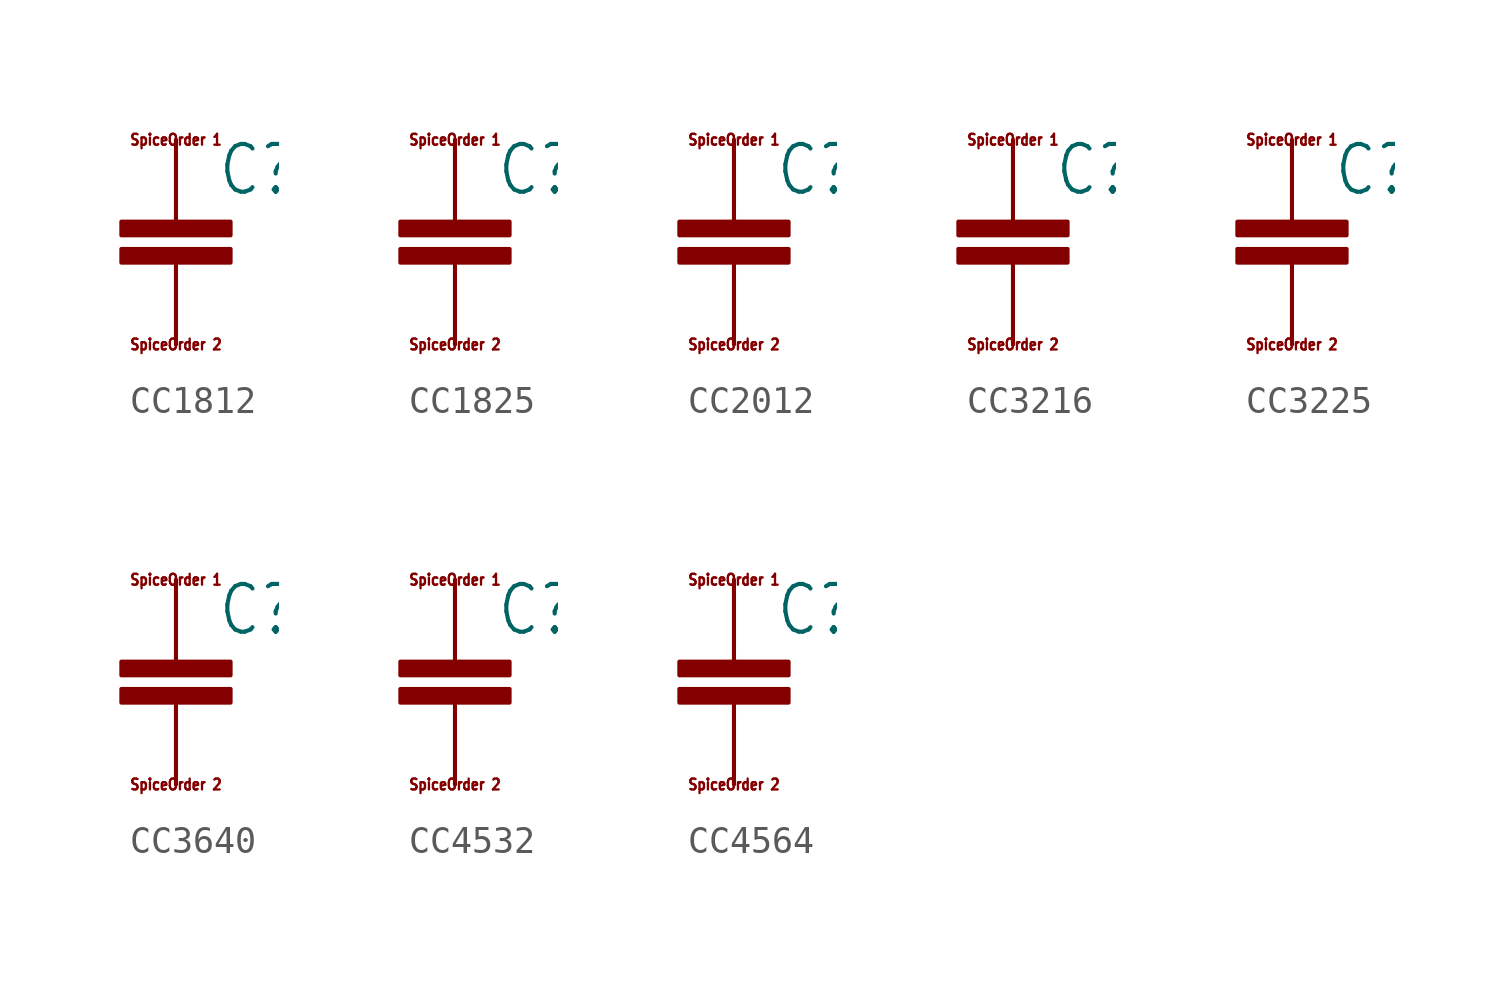
<source format=kicad_sym>
(kicad_symbol_lib
  (version 20231120)
  (generator "kicad_symbol_editor")
  (generator_version "8.0")
  (symbol "CC1812"
    (property "Reference" "C"
      (at 1.524 0.381 0)
      (effects (font (size 1.778 1.511)) (justify left bottom)))
    (property "Value" ""
      (at 1.524 -4.699 0)
      (effects (font (size 1.778 1.511)) (justify left bottom)))
    (property "ki_locked" ""
      (at 0 0 0)
      (effects (font (size 1.27 1.27))))
    (symbol "CC1812_1_0"
      (rectangle (start -2.032 -2.032) (end 2.032 -1.524) (stroke (width 0) (type default)) (fill (type outline)))
      (rectangle (start -2.032 -1.016) (end 2.032 -0.508) (stroke (width 0) (type default)) (fill (type outline)))
      (polyline (pts (xy 0 -2.54) (xy 0 -2.032)) (stroke (width 0.152) (type solid)) (fill (type none)))
      (polyline (pts (xy 0 0) (xy 0 -0.508)) (stroke (width 0.152) (type solid)) (fill (type none)))
      (text "SpiceOrder 1" (at 0 2.54 0) (effects (font (size 0.406 0.345))))
      (text "SpiceOrder 2" (at 0 -5.08 0) (effects (font (size 0.406 0.345))))
      (pin passive line (at 0 2.54 270) (length 2.54) (name "1" (effects (font (size 0 0)))) (number "1" (effects (font (size 0 0)))))
      (pin passive line (at 0 -5.08 90) (length 2.54) (name "2" (effects (font (size 0 0)))) (number "2" (effects (font (size 0 0)))))))
  (symbol "CC1825"
    (property "Reference" "C"
      (at 1.524 0.381 0)
      (effects (font (size 1.778 1.511)) (justify left bottom)))
    (property "Value" ""
      (at 1.524 -4.699 0)
      (effects (font (size 1.778 1.511)) (justify left bottom)))
    (property "ki_locked" ""
      (at 0 0 0)
      (effects (font (size 1.27 1.27))))
    (symbol "CC1825_1_0"
      (rectangle (start -2.032 -2.032) (end 2.032 -1.524) (stroke (width 0) (type default)) (fill (type outline)))
      (rectangle (start -2.032 -1.016) (end 2.032 -0.508) (stroke (width 0) (type default)) (fill (type outline)))
      (polyline (pts (xy 0 -2.54) (xy 0 -2.032)) (stroke (width 0.152) (type solid)) (fill (type none)))
      (polyline (pts (xy 0 0) (xy 0 -0.508)) (stroke (width 0.152) (type solid)) (fill (type none)))
      (text "SpiceOrder 1" (at 0 2.54 0) (effects (font (size 0.406 0.345))))
      (text "SpiceOrder 2" (at 0 -5.08 0) (effects (font (size 0.406 0.345))))
      (pin passive line (at 0 2.54 270) (length 2.54) (name "1" (effects (font (size 0 0)))) (number "1" (effects (font (size 0 0)))))
      (pin passive line (at 0 -5.08 90) (length 2.54) (name "2" (effects (font (size 0 0)))) (number "2" (effects (font (size 0 0)))))))
  (symbol "CC2012"
    (property "Reference" "C"
      (at 1.524 0.381 0)
      (effects (font (size 1.778 1.511)) (justify left bottom)))
    (property "Value" ""
      (at 1.524 -4.699 0)
      (effects (font (size 1.778 1.511)) (justify left bottom)))
    (property "ki_locked" ""
      (at 0 0 0)
      (effects (font (size 1.27 1.27))))
    (symbol "CC2012_1_0"
      (rectangle (start -2.032 -2.032) (end 2.032 -1.524) (stroke (width 0) (type default)) (fill (type outline)))
      (rectangle (start -2.032 -1.016) (end 2.032 -0.508) (stroke (width 0) (type default)) (fill (type outline)))
      (polyline (pts (xy 0 -2.54) (xy 0 -2.032)) (stroke (width 0.152) (type solid)) (fill (type none)))
      (polyline (pts (xy 0 0) (xy 0 -0.508)) (stroke (width 0.152) (type solid)) (fill (type none)))
      (text "SpiceOrder 1" (at 0 2.54 0) (effects (font (size 0.406 0.345))))
      (text "SpiceOrder 2" (at 0 -5.08 0) (effects (font (size 0.406 0.345))))
      (pin passive line (at 0 2.54 270) (length 2.54) (name "1" (effects (font (size 0 0)))) (number "1" (effects (font (size 0 0)))))
      (pin passive line (at 0 -5.08 90) (length 2.54) (name "2" (effects (font (size 0 0)))) (number "2" (effects (font (size 0 0)))))))
  (symbol "CC3216"
    (property "Reference" "C"
      (at 1.524 0.381 0)
      (effects (font (size 1.778 1.511)) (justify left bottom)))
    (property "Value" ""
      (at 1.524 -4.699 0)
      (effects (font (size 1.778 1.511)) (justify left bottom)))
    (property "ki_locked" ""
      (at 0 0 0)
      (effects (font (size 1.27 1.27))))
    (symbol "CC3216_1_0"
      (rectangle (start -2.032 -2.032) (end 2.032 -1.524) (stroke (width 0) (type default)) (fill (type outline)))
      (rectangle (start -2.032 -1.016) (end 2.032 -0.508) (stroke (width 0) (type default)) (fill (type outline)))
      (polyline (pts (xy 0 -2.54) (xy 0 -2.032)) (stroke (width 0.152) (type solid)) (fill (type none)))
      (polyline (pts (xy 0 0) (xy 0 -0.508)) (stroke (width 0.152) (type solid)) (fill (type none)))
      (text "SpiceOrder 1" (at 0 2.54 0) (effects (font (size 0.406 0.345))))
      (text "SpiceOrder 2" (at 0 -5.08 0) (effects (font (size 0.406 0.345))))
      (pin passive line (at 0 2.54 270) (length 2.54) (name "1" (effects (font (size 0 0)))) (number "1" (effects (font (size 0 0)))))
      (pin passive line (at 0 -5.08 90) (length 2.54) (name "2" (effects (font (size 0 0)))) (number "2" (effects (font (size 0 0)))))))
  (symbol "CC3225"
    (property "Reference" "C"
      (at 1.524 0.381 0)
      (effects (font (size 1.778 1.511)) (justify left bottom)))
    (property "Value" ""
      (at 1.524 -4.699 0)
      (effects (font (size 1.778 1.511)) (justify left bottom)))
    (property "ki_locked" ""
      (at 0 0 0)
      (effects (font (size 1.27 1.27))))
    (symbol "CC3225_1_0"
      (rectangle (start -2.032 -2.032) (end 2.032 -1.524) (stroke (width 0) (type default)) (fill (type outline)))
      (rectangle (start -2.032 -1.016) (end 2.032 -0.508) (stroke (width 0) (type default)) (fill (type outline)))
      (polyline (pts (xy 0 -2.54) (xy 0 -2.032)) (stroke (width 0.152) (type solid)) (fill (type none)))
      (polyline (pts (xy 0 0) (xy 0 -0.508)) (stroke (width 0.152) (type solid)) (fill (type none)))
      (text "SpiceOrder 1" (at 0 2.54 0) (effects (font (size 0.406 0.345))))
      (text "SpiceOrder 2" (at 0 -5.08 0) (effects (font (size 0.406 0.345))))
      (pin passive line (at 0 2.54 270) (length 2.54) (name "1" (effects (font (size 0 0)))) (number "1" (effects (font (size 0 0)))))
      (pin passive line (at 0 -5.08 90) (length 2.54) (name "2" (effects (font (size 0 0)))) (number "2" (effects (font (size 0 0)))))))
  (symbol "CC3640"
    (property "Reference" "C"
      (at 1.524 0.381 0)
      (effects (font (size 1.778 1.511)) (justify left bottom)))
    (property "Value" ""
      (at 1.524 -4.699 0)
      (effects (font (size 1.778 1.511)) (justify left bottom)))
    (property "ki_locked" ""
      (at 0 0 0)
      (effects (font (size 1.27 1.27))))
    (symbol "CC3640_1_0"
      (rectangle (start -2.032 -2.032) (end 2.032 -1.524) (stroke (width 0) (type default)) (fill (type outline)))
      (rectangle (start -2.032 -1.016) (end 2.032 -0.508) (stroke (width 0) (type default)) (fill (type outline)))
      (polyline (pts (xy 0 -2.54) (xy 0 -2.032)) (stroke (width 0.152) (type solid)) (fill (type none)))
      (polyline (pts (xy 0 0) (xy 0 -0.508)) (stroke (width 0.152) (type solid)) (fill (type none)))
      (text "SpiceOrder 1" (at 0 2.54 0) (effects (font (size 0.406 0.345))))
      (text "SpiceOrder 2" (at 0 -5.08 0) (effects (font (size 0.406 0.345))))
      (pin passive line (at 0 2.54 270) (length 2.54) (name "1" (effects (font (size 0 0)))) (number "1" (effects (font (size 0 0)))))
      (pin passive line (at 0 -5.08 90) (length 2.54) (name "2" (effects (font (size 0 0)))) (number "2" (effects (font (size 0 0)))))))
  (symbol "CC4532"
    (property "Reference" "C"
      (at 1.524 0.381 0)
      (effects (font (size 1.778 1.511)) (justify left bottom)))
    (property "Value" ""
      (at 1.524 -4.699 0)
      (effects (font (size 1.778 1.511)) (justify left bottom)))
    (property "ki_locked" ""
      (at 0 0 0)
      (effects (font (size 1.27 1.27))))
    (symbol "CC4532_1_0"
      (rectangle (start -2.032 -2.032) (end 2.032 -1.524) (stroke (width 0) (type default)) (fill (type outline)))
      (rectangle (start -2.032 -1.016) (end 2.032 -0.508) (stroke (width 0) (type default)) (fill (type outline)))
      (polyline (pts (xy 0 -2.54) (xy 0 -2.032)) (stroke (width 0.152) (type solid)) (fill (type none)))
      (polyline (pts (xy 0 0) (xy 0 -0.508)) (stroke (width 0.152) (type solid)) (fill (type none)))
      (text "SpiceOrder 1" (at 0 2.54 0) (effects (font (size 0.406 0.345))))
      (text "SpiceOrder 2" (at 0 -5.08 0) (effects (font (size 0.406 0.345))))
      (pin passive line (at 0 2.54 270) (length 2.54) (name "1" (effects (font (size 0 0)))) (number "1" (effects (font (size 0 0)))))
      (pin passive line (at 0 -5.08 90) (length 2.54) (name "2" (effects (font (size 0 0)))) (number "2" (effects (font (size 0 0)))))))
  (symbol "CC4564"
    (property "Reference" "C"
      (at 1.524 0.381 0)
      (effects (font (size 1.778 1.511)) (justify left bottom)))
    (property "Value" ""
      (at 1.524 -4.699 0)
      (effects (font (size 1.778 1.511)) (justify left bottom)))
    (property "ki_locked" ""
      (at 0 0 0)
      (effects (font (size 1.27 1.27))))
    (symbol "CC4564_1_0"
      (rectangle (start -2.032 -2.032) (end 2.032 -1.524) (stroke (width 0) (type default)) (fill (type outline)))
      (rectangle (start -2.032 -1.016) (end 2.032 -0.508) (stroke (width 0) (type default)) (fill (type outline)))
      (polyline (pts (xy 0 -2.54) (xy 0 -2.032)) (stroke (width 0.152) (type solid)) (fill (type none)))
      (polyline (pts (xy 0 0) (xy 0 -0.508)) (stroke (width 0.152) (type solid)) (fill (type none)))
      (text "SpiceOrder 1" (at 0 2.54 0) (effects (font (size 0.406 0.345))))
      (text "SpiceOrder 2" (at 0 -5.08 0) (effects (font (size 0.406 0.345))))
      (pin passive line (at 0 2.54 270) (length 2.54) (name "1" (effects (font (size 0 0)))) (number "1" (effects (font (size 0 0)))))
      (pin passive line (at 0 -5.08 90) (length 2.54) (name "2" (effects (font (size 0 0)))) (number "2" (effects (font (size 0 0))))))))
</source>
